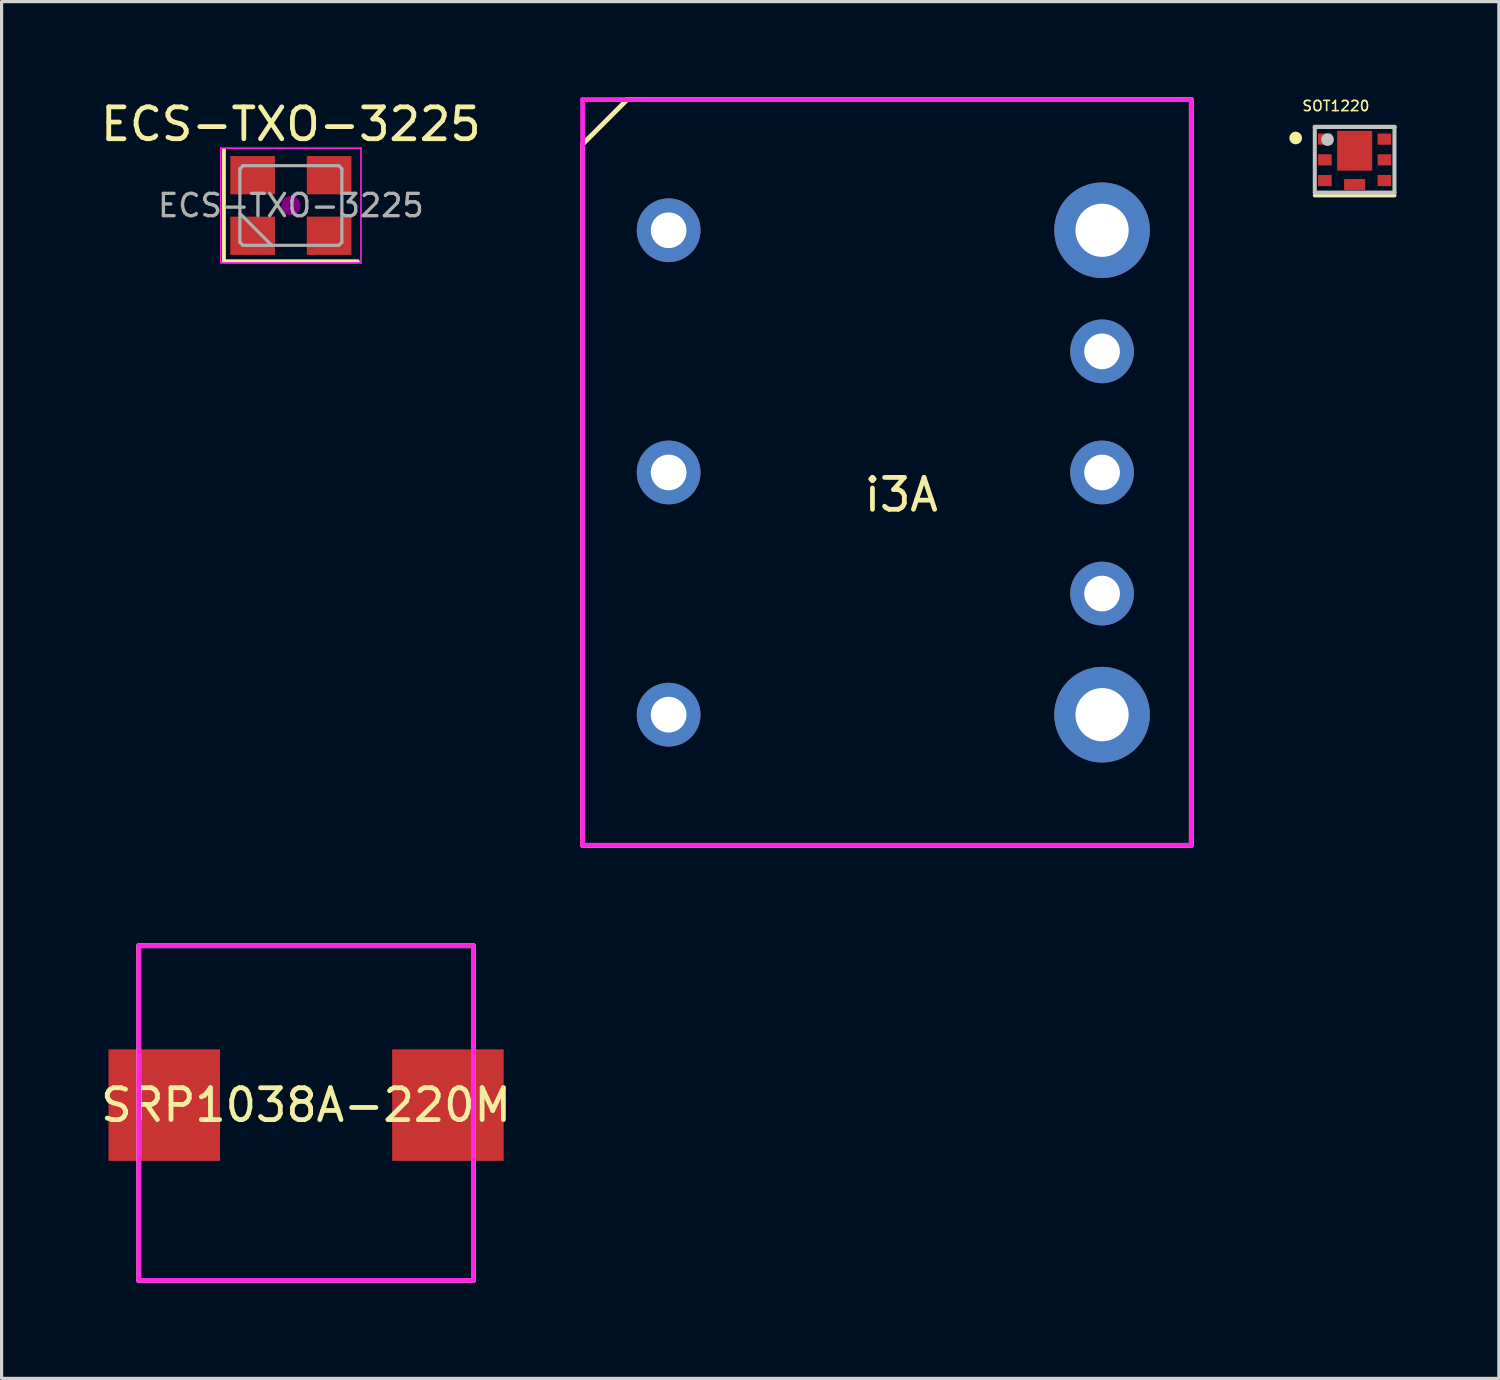
<source format=kicad_pcb>
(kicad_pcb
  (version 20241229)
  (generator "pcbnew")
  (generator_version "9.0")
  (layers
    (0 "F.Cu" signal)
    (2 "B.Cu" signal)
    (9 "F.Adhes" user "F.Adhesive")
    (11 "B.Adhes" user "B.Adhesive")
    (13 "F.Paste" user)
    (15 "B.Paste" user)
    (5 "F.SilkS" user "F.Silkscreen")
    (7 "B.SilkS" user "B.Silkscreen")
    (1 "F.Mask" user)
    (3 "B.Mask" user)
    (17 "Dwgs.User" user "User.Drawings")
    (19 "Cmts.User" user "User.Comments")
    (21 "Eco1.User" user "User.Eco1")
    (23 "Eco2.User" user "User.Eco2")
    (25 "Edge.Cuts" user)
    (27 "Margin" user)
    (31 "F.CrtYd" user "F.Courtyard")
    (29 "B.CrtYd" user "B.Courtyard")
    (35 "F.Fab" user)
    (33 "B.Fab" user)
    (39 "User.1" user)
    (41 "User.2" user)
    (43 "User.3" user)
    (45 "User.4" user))
  (footprint "i3A"
    (layer "F.Cu")
    (at 25.23 11.075)
    (property "Reference" "i3A" (at 0 1.4 0) (layer "F.SilkS") (effects (font (size 1 1) (thickness 0.15))))
    (attr through_hole)
    (fp_line (start -10 -9.6) (end -10 12.4) (stroke (width 0.15) (type solid)) (layer "F.SilkS"))
    (fp_line (start -10 -9.6) (end -8.6 -11) (stroke (width 0.15) (type solid)) (layer "F.SilkS"))
    (fp_line (start -10 12.4) (end 9.1 12.4) (stroke (width 0.15) (type solid)) (layer "F.SilkS"))
    (fp_line (start 9.1 -11) (end -8.6 -11) (stroke (width 0.15) (type solid)) (layer "F.SilkS"))
    (fp_line (start 9.1 12.4) (end 9.1 -11) (stroke (width 0.15) (type solid)) (layer "F.SilkS"))
    (fp_line (start -10 -11) (end -10 12.4) (stroke (width 0.15) (type solid)) (layer "F.CrtYd"))
    (fp_line (start -10 12.4) (end 9.1 12.4) (stroke (width 0.15) (type solid)) (layer "F.CrtYd"))
    (fp_line (start 9.1 -11) (end -10 -11) (stroke (width 0.15) (type solid)) (layer "F.CrtYd"))
    (fp_line (start 9.1 12.4) (end 9.1 -11) (stroke (width 0.15) (type solid)) (layer "F.CrtYd"))
    (pad "1" thru_hole circle (at -7.3 -6.9) (size 2 2) (drill 1.12) (layers "*.Cu" "*.Mask"))
    (pad "2" thru_hole circle (at -7.3 0.7) (size 2 2) (drill 1.12) (layers "*.Cu" "*.Mask"))
    (pad "3" thru_hole circle (at -7.3 8.3) (size 2 2) (drill 1.12) (layers "*.Cu" "*.Mask"))
    (pad "4" thru_hole circle (at 6.3 8.3) (size 3 3) (drill 1.67) (layers "*.Cu" "*.Mask"))
    (pad "5" thru_hole circle (at 6.3 4.5) (size 2 2) (drill 1.12) (layers "*.Cu" "*.Mask"))
    (pad "6" thru_hole circle (at 6.3 0.7) (size 2 2) (drill 1.12) (layers "*.Cu" "*.Mask"))
    (pad "7" thru_hole circle (at 6.3 -3.1) (size 2 2) (drill 1.12) (layers "*.Cu" "*.Mask"))
    (pad "8" thru_hole circle (at 6.3 -6.9) (size 3 3) (drill 1.67) (layers "*.Cu" "*.Mask")))
  (footprint "SRP1038A-220M"
    (layer "F.Cu")
    (at 6.554 31.625)
    (property "Reference" "SRP1038A-220M" (at 0 0 0) (layer "F.SilkS") (effects (font (size 1 1) (thickness 0.15))))
    (attr through_hole)
    (fp_line (start -5.25 -5) (end 5.25 -5) (stroke (width 0.15) (type solid)) (layer "F.SilkS"))
    (fp_line (start -5.25 5.5) (end -5.25 -5) (stroke (width 0.15) (type solid)) (layer "F.SilkS"))
    (fp_line (start 5.25 -5) (end 5.25 5.5) (stroke (width 0.15) (type solid)) (layer "F.SilkS"))
    (fp_line (start 5.25 5.5) (end -5.25 5.5) (stroke (width 0.15) (type solid)) (layer "F.SilkS"))
    (fp_line (start -5.25 -5) (end 5.25 -5) (stroke (width 0.15) (type solid)) (layer "F.CrtYd"))
    (fp_line (start -5.25 5.5) (end -5.25 -5) (stroke (width 0.15) (type solid)) (layer "F.CrtYd"))
    (fp_line (start 5.25 -5) (end 5.25 5.5) (stroke (width 0.15) (type solid)) (layer "F.CrtYd"))
    (fp_line (start 5.25 5.5) (end -5.25 5.5) (stroke (width 0.15) (type solid)) (layer "F.CrtYd"))
    (pad "1" smd rect (at -4.45 0) (size 3.5 3.5) (layers "F.Cu" "F.Mask" "F.Paste"))
    (pad "2" smd rect (at 4.45 0) (size 3.5 3.5) (layers "F.Cu" "F.Mask" "F.Paste")))
  (footprint "ECS-TXO-3225"
    (layer "F.Cu")
    (at 6.077 3.398)
    (property "Reference" "ECS-TXO-3225" (at 0 -2.55 0) (layer "F.SilkS") (effects (font (size 1 1) (thickness 0.15))))
    (attr smd)
    (fp_line (start -2.1 -1.75) (end -2.1 1.75) (stroke (width 0.12) (type solid)) (layer "F.SilkS"))
    (fp_line (start -2.1 1.75) (end 2.1 1.75) (stroke (width 0.12) (type solid)) (layer "F.SilkS"))
    (fp_circle (center 0 0) (end 0.058 0) (stroke (width 0.117) (type solid)) (fill no) (layer "F.Adhes"))
    (fp_circle (center 0 0) (end 0.133 0) (stroke (width 0.083) (type solid)) (fill no) (layer "F.Adhes"))
    (fp_circle (center 0 0) (end 0.208 0) (stroke (width 0.083) (type solid)) (fill no) (layer "F.Adhes"))
    (fp_circle (center 0 0) (end 0.25 0) (stroke (width 0.1) (type solid)) (fill no) (layer "F.Adhes"))
    (fp_line (start -2.2 -1.8) (end -2.2 1.8) (stroke (width 0.05) (type solid)) (layer "F.CrtYd"))
    (fp_line (start -2.2 1.8) (end 2.2 1.8) (stroke (width 0.05) (type solid)) (layer "F.CrtYd"))
    (fp_line (start 2.2 -1.8) (end -2.2 -1.8) (stroke (width 0.05) (type solid)) (layer "F.CrtYd"))
    (fp_line (start 2.2 1.8) (end 2.2 -1.8) (stroke (width 0.05) (type solid)) (layer "F.CrtYd"))
    (fp_line (start -1.6 -1.15) (end -1.5 -1.25) (stroke (width 0.1) (type solid)) (layer "F.Fab"))
    (fp_line (start -1.6 0.25) (end -0.6 1.25) (stroke (width 0.1) (type solid)) (layer "F.Fab"))
    (fp_line (start -1.6 1.15) (end -1.6 -1.15) (stroke (width 0.1) (type solid)) (layer "F.Fab"))
    (fp_line (start -1.5 -1.25) (end 1.5 -1.25) (stroke (width 0.1) (type solid)) (layer "F.Fab"))
    (fp_line (start -1.5 1.25) (end -1.6 1.15) (stroke (width 0.1) (type solid)) (layer "F.Fab"))
    (fp_line (start 1.5 -1.25) (end 1.6 -1.15) (stroke (width 0.1) (type solid)) (layer "F.Fab"))
    (fp_line (start 1.5 1.25) (end -1.5 1.25) (stroke (width 0.1) (type solid)) (layer "F.Fab"))
    (fp_line (start 1.6 -1.15) (end 1.6 1.15) (stroke (width 0.1) (type solid)) (layer "F.Fab"))
    (fp_line (start 1.6 1.15) (end 1.5 1.25) (stroke (width 0.1) (type solid)) (layer "F.Fab"))
    (fp_text user "${REFERENCE}" (at 0 0 0) (layer "F.Fab") (effects (font (size 0.7 0.7) (thickness 0.105))))
    (pad "1" smd rect (at -1.2 0.95) (size 1.4 1.2) (layers "F.Cu" "F.Mask" "F.Paste"))
    (pad "2" smd rect (at 1.2 0.95) (size 1.4 1.2) (layers "F.Cu" "F.Mask" "F.Paste"))
    (pad "3" smd rect (at 1.2 -0.95) (size 1.4 1.2) (layers "F.Cu" "F.Mask" "F.Paste"))
    (pad "4" smd rect (at -1.2 -0.95) (size 1.4 1.2) (layers "F.Cu" "F.Mask" "F.Paste")))
  (footprint "SOT1220"
    (layer "F.Cu")
    (at 39.455 1.68)
    (property "Reference" "SOT1220" (at -0.588 -1.405 0) (layer "F.SilkS") (effects (font (size 0.32 0.32) (thickness 0.05))))
    (attr smd)
    (fp_poly (pts (xy -1.2 -0.59) (xy -0.67 -0.59) (xy -0.67 -0.14) (xy -1.2 -0.14)) (stroke (width 0.0001) (type solid)) (fill yes) (layer "F.Mask"))
    (fp_poly (pts (xy -1.2 0.06) (xy -0.67 0.06) (xy -0.67 0.51) (xy -1.2 0.51)) (stroke (width 0.0001) (type solid)) (fill yes) (layer "F.Mask"))
    (fp_poly (pts (xy -1.2 0.71) (xy -0.67 0.71) (xy -0.67 1.16) (xy -1.2 1.16)) (stroke (width 0.0001) (type solid)) (fill yes) (layer "F.Mask"))
    (fp_poly (pts (xy -0.6 -0.675) (xy 0.6 -0.675) (xy 0.6 0.675) (xy -0.6 0.675)) (stroke (width 0.0001) (type solid)) (fill yes) (layer "F.Mask"))
    (fp_poly (pts (xy -0.38 0.835) (xy 0.38 0.835) (xy 0.38 1.285) (xy -0.38 1.285)) (stroke (width 0.0001) (type solid)) (fill yes) (layer "F.Mask"))
    (fp_poly (pts (xy 0.67 -0.59) (xy 1.2 -0.59) (xy 1.2 -0.14) (xy 0.67 -0.14)) (stroke (width 0.0001) (type solid)) (fill yes) (layer "F.Mask"))
    (fp_poly (pts (xy 0.67 0.06) (xy 1.2 0.06) (xy 1.2 0.51) (xy 0.67 0.51)) (stroke (width 0.0001) (type solid)) (fill yes) (layer "F.Mask"))
    (fp_poly (pts (xy 0.67 0.71) (xy 1.2 0.71) (xy 1.2 1.16) (xy 0.67 1.16)) (stroke (width 0.0001) (type solid)) (fill yes) (layer "F.Mask"))
    (fp_line (start -1.25 -0.75) (end 1.25 -0.75) (stroke (width 0.127) (type solid)) (layer "F.SilkS"))
    (fp_line (start -1.25 1.4) (end 1.25 1.4) (stroke (width 0.127) (type solid)) (layer "F.SilkS"))
    (fp_circle (center -1.85 -0.4) (end -1.75 -0.4) (stroke (width 0.2) (type solid)) (fill no) (layer "F.SilkS"))
    (fp_poly (pts (xy -1.102 0.81) (xy -0.77 0.81) (xy -0.77 1.062) (xy -1.102 1.062)) (stroke (width 0) (type solid)) (fill yes) (layer "F.Paste"))
    (fp_poly (pts (xy -1.101 0.16) (xy -0.77 0.16) (xy -0.77 0.411) (xy -1.101 0.411)) (stroke (width 0) (type solid)) (fill yes) (layer "F.Paste"))
    (fp_poly (pts (xy -1.101 -0.49) (xy -0.77 -0.49) (xy -0.77 -0.24) (xy -1.101 -0.24)) (stroke (width 0) (type solid)) (fill yes) (layer "F.Paste"))
    (fp_poly (pts (xy -0.45 -0.525) (xy 0.45 -0.525) (xy 0.45 0.525) (xy -0.45 0.525)) (stroke (width 0) (type solid)) (fill yes) (layer "F.Paste"))
    (fp_poly (pts (xy -0.281 0.935) (xy 0.28 0.935) (xy 0.28 1.187) (xy -0.281 1.187)) (stroke (width 0) (type solid)) (fill yes) (layer "F.Paste"))
    (fp_poly (pts (xy 0.77 -0.49) (xy 1.1 -0.49) (xy 1.1 -0.24) (xy 0.77 -0.24)) (stroke (width 0) (type solid)) (fill yes) (layer "F.Paste"))
    (fp_poly (pts (xy 0.77 0.81) (xy 1.1 0.81) (xy 1.1 1.061) (xy 0.77 1.061)) (stroke (width 0) (type solid)) (fill yes) (layer "F.Paste"))
    (fp_poly (pts (xy 0.771 0.16) (xy 1.1 0.16) (xy 1.1 0.411) (xy 0.771 0.411)) (stroke (width 0) (type solid)) (fill yes) (layer "F.Paste"))
    (fp_line (start -1.25 -0.745) (end 1.25 -0.745) (stroke (width 0.127) (type solid)) (layer "Dwgs.User"))
    (fp_line (start -1.25 1.315) (end -1.25 -0.745) (stroke (width 0.127) (type solid)) (layer "Dwgs.User"))
    (fp_line (start 1.25 -0.745) (end 1.25 1.315) (stroke (width 0.127) (type solid)) (layer "Dwgs.User"))
    (fp_line (start 1.25 1.315) (end -1.25 1.315) (stroke (width 0.127) (type solid)) (layer "Dwgs.User"))
    (fp_circle (center -0.85 -0.35) (end -0.75 -0.35) (stroke (width 0.2) (type solid)) (fill no) (layer "Dwgs.User"))
    (fp_line (start -1.5 -0.995) (end 1.5 -0.995) (stroke (width 0.05) (type solid)) (layer "Eco1.User"))
    (fp_line (start -1.5 1.565) (end -1.5 -0.995) (stroke (width 0.05) (type solid)) (layer "Eco1.User"))
    (fp_line (start 1.5 -0.995) (end 1.5 1.565) (stroke (width 0.05) (type solid)) (layer "Eco1.User"))
    (fp_line (start 1.5 1.565) (end -1.5 1.565) (stroke (width 0.05) (type solid)) (layer "Eco1.User"))
    (pad "1" smd rect (at -0.935 -0.365 180) (size 0.43 0.35) (layers "F.Cu" "F.Mask" "F.Paste"))
    (pad "2" smd rect (at -0.935 0.285 180) (size 0.43 0.35) (layers "F.Cu" "F.Mask" "F.Paste"))
    (pad "3" smd rect (at -0.935 0.935 180) (size 0.43 0.35) (layers "F.Cu" "F.Mask" "F.Paste"))
    (pad "4" smd rect (at 0.935 0.935 180) (size 0.43 0.35) (layers "F.Cu" "F.Mask" "F.Paste"))
    (pad "5" smd rect (at 0.935 0.285 180) (size 0.43 0.35) (layers "F.Cu" "F.Mask" "F.Paste"))
    (pad "6" smd rect (at 0.935 -0.365 180) (size 0.43 0.35) (layers "F.Cu" "F.Mask" "F.Paste"))
    (pad "7" smd rect (at 0 0 270) (size 1.25 1.1) (layers "F.Cu" "F.Mask" "F.Paste"))
    (pad "8" smd rect (at 0 1.06 180) (size 0.66 0.35) (layers "F.Cu" "F.Mask" "F.Paste")))
  (gr_rect
    (start -3 -3)
    (end 43.98 40.2)
    (stroke (width 0.1) (type default))
    (fill no)
    (layer "Edge.Cuts")))
</source>
